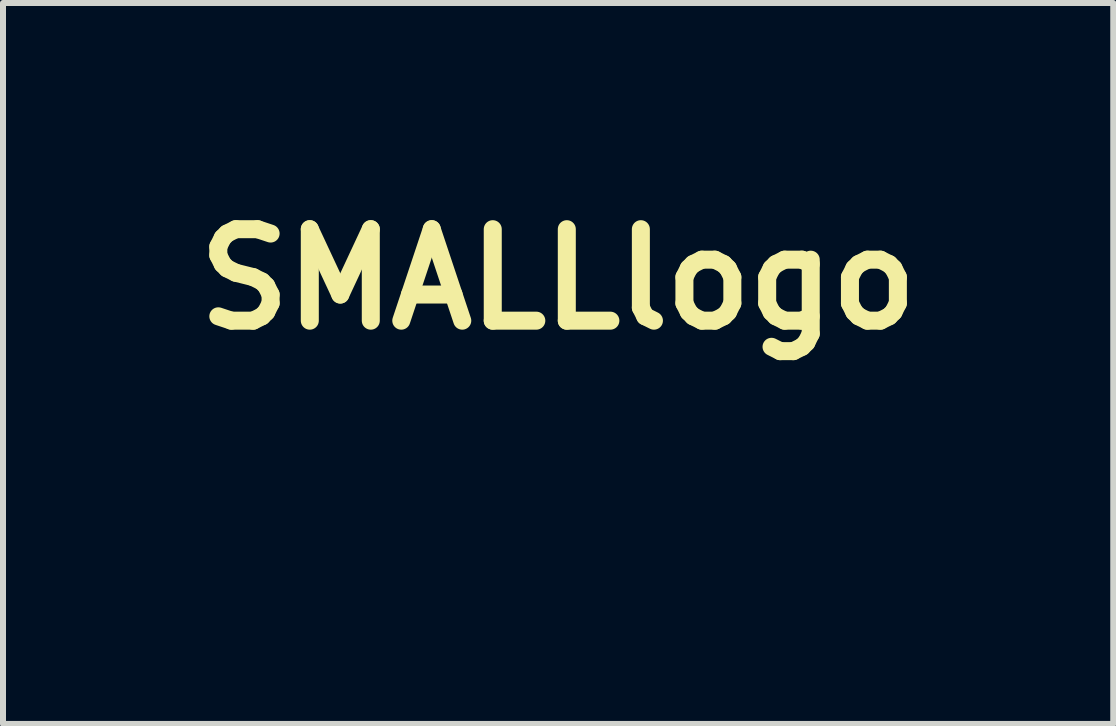
<source format=kicad_pcb>
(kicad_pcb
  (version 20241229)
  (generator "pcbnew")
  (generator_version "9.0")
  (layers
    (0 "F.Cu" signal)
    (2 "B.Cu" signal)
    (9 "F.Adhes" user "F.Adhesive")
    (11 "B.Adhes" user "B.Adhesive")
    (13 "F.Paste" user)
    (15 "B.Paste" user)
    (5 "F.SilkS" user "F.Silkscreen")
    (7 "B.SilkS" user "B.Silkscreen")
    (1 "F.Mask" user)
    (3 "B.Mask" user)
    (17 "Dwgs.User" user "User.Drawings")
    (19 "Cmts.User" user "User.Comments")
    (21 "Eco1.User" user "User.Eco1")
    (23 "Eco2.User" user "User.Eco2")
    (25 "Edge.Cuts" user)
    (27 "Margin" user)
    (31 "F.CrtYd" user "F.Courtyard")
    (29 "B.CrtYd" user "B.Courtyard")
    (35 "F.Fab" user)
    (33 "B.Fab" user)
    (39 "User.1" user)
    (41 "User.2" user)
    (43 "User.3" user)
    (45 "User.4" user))
  (footprint "SMALLlogo"
    (layer "F.Cu")
    (at 6.248 1.603)
    (property "Reference" "SMALLlogo" (at 0 0 0) (layer "F.SilkS") (effects (font (size 1.524 1.524) (thickness 0.3))))
    (attr through_hole)
    (fp_poly (pts (xy -1.037 -1.566) (xy -1.018 -1.395) (xy -0.982 -1.092) (xy -0.934 -0.694) (xy -0.879 -0.236) (xy -0.85 0) (xy -0.763 0.7) (xy -0.696 1.252) (xy -0.645 1.674) (xy -0.609 1.987) (xy -0.585 2.209) (xy -0.572 2.36) (xy -0.568 2.459) (xy -0.569 2.526) (xy -0.573 2.561) (xy -0.556 2.651) (xy -0.454 2.695) (xy -0.228 2.709) (xy -0.168 2.709) (xy 0.082 2.704) (xy 0.207 2.67) (xy 0.249 2.58) (xy 0.254 2.454) (xy 0.279 2.218) (xy 0.33 2.052) (xy 0.435 1.784) (xy 0.533 1.423) (xy 0.604 1.045) (xy 0.623 0.889) (xy 0.665 0.595) (xy 0.736 0.254) (xy 0.768 0.127) (xy 0.882 -0.296) (xy 0.956 0.042) (xy 1.008 0.333) (xy 1.055 0.683) (xy 1.071 0.847) (xy 1.119 1.172) (xy 1.196 1.477) (xy 1.242 1.598) (xy 1.323 1.846) (xy 1.391 2.173) (xy 1.418 2.388) (xy 1.45 2.668) (xy 1.491 2.813) (xy 1.556 2.859) (xy 1.626 2.85) (xy 1.779 2.872) (xy 1.861 3.001) (xy 2.004 3.201) (xy 2.208 3.273) (xy 2.318 3.252) (xy 2.364 3.223) (xy 2.404 3.159) (xy 2.442 3.038) (xy 2.483 2.836) (xy 2.532 2.531) (xy 2.593 2.1) (xy 2.654 1.651) (xy 2.703 1.301) (xy 2.737 1.103) (xy 2.764 1.039) (xy 2.79 1.093) (xy 2.817 1.228) (xy 2.852 1.514) (xy 2.874 1.866) (xy 2.878 2.048) (xy 2.892 2.319) (xy 2.928 2.516) (xy 2.963 2.582) (xy 3.026 2.698) (xy 3.048 2.867) (xy 3.093 3.108) (xy 3.243 3.247) (xy 3.521 3.3) (xy 3.615 3.302) (xy 3.979 3.302) (xy 3.979 2.39) (xy 4.487 2.397) (xy 4.995 2.404) (xy 4.996 2.959) (xy 5.005 3.34) (xy 5.029 3.734) (xy 5.05 3.958) (xy 5.104 4.403) (xy -4.487 4.403) (xy -4.487 4.029) (xy -4.467 3.671) (xy -4.401 3.463) (xy -4.284 3.388) (xy -4.267 3.387) (xy -4.182 3.317) (xy -4.149 3.1) (xy -4.149 3.048) (xy -4.13 2.818) (xy -4.065 2.72) (xy -4.012 2.709) (xy -3.925 2.676) (xy -3.91 2.548) (xy -3.93 2.421) (xy -3.944 2.193) (xy -3.887 2.1) (xy -3.832 2.004) (xy -3.782 1.779) (xy -3.747 1.466) (xy -3.746 1.455) (xy -3.712 1.139) (xy -3.668 0.914) (xy -3.622 0.797) (xy -3.583 0.805) (xy -3.559 0.954) (xy -3.556 1.085) (xy -3.526 1.387) (xy -3.45 1.712) (xy -3.429 1.778) (xy -3.349 2.062) (xy -3.305 2.325) (xy -3.302 2.384) (xy -3.261 2.583) (xy -3.175 2.679) (xy -3.075 2.792) (xy -3.048 2.924) (xy -3.001 3.13) (xy -2.935 3.234) (xy -2.809 3.399) (xy -2.772 3.473) (xy -2.749 3.453) (xy -2.731 3.294) (xy -2.719 3.027) (xy -2.716 2.874) (xy -2.704 2.536) (xy -2.679 2.261) (xy -2.645 2.095) (xy -2.631 2.07) (xy -2.565 1.933) (xy -2.525 1.742) (xy -2.47 1.539) (xy -2.388 1.458) (xy -2.314 1.51) (xy -2.286 1.681) (xy -2.261 1.879) (xy -2.201 1.99) (xy -2.147 2.101) (xy -2.118 2.311) (xy -2.117 2.37) (xy -2.084 2.761) (xy -1.982 3.007) (xy -1.802 3.121) (xy -1.695 3.133) (xy -1.546 3.124) (xy -1.47 3.071) (xy -1.443 2.929) (xy -1.438 2.688) (xy -1.429 2.433) (xy -1.404 2.058) (xy -1.367 1.612) (xy -1.322 1.144) (xy -1.318 1.101) (xy -1.265 0.572) (xy -1.211 0.002) (xy -1.163 -0.536) (xy -1.131 -0.931) (xy -1.101 -1.265) (xy -1.074 -1.494) (xy -1.051 -1.598) (xy -1.037 -1.566)) (stroke (width 0.01) (type solid)) (fill yes) (layer "F.Mask")))
  (gr_rect
    (start -3 -3)
    (end 15.497 9.011)
    (stroke (width 0.1) (type default))
    (fill no)
    (layer "Edge.Cuts")))
</source>
